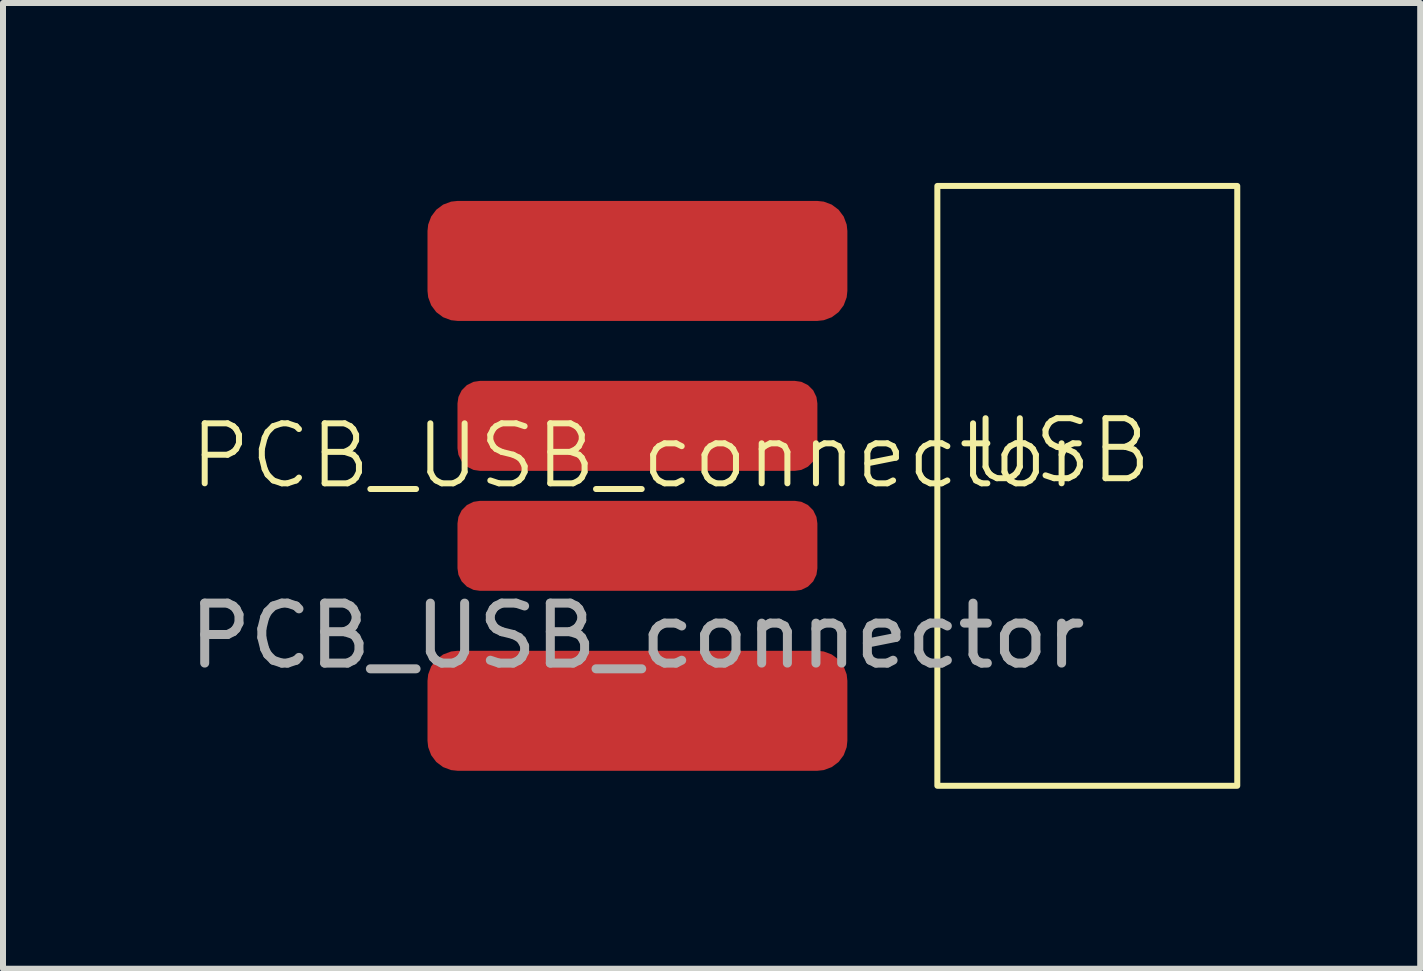
<source format=kicad_pcb>
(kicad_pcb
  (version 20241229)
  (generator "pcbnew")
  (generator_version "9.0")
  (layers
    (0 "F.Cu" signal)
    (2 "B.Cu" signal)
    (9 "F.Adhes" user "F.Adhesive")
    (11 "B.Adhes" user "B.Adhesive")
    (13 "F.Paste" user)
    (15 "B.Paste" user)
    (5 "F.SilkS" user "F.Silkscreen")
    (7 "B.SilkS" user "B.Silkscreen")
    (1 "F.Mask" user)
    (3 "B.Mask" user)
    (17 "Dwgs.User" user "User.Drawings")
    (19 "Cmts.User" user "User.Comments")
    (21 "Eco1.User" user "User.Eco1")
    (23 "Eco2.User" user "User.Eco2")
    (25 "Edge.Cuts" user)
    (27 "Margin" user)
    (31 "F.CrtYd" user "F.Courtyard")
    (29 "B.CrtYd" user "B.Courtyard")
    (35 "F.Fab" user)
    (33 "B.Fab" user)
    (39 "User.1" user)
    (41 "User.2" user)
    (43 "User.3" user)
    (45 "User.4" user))
  (footprint "PCB_USB_connector"
    (layer "F.Cu")
    (at 7.577 5.05)
    (property "Reference" "PCB_USB_connector" (at 0 -0.5 0) (unlocked yes) (layer "F.SilkS") (effects (font (size 1 1) (thickness 0.1))))
    (attr smd)
    (fp_rect (start 5 -5) (end 10 5) (stroke (width 0.1) (type default)) (fill no) (layer "F.SilkS"))
    (fp_text user "USB" (at 5.5 0 0) (unlocked yes) (layer "F.SilkS") (effects (font (size 1 1) (thickness 0.1)) (justify left bottom)))
    (fp_text user "${REFERENCE}" (at 0 2.5 0) (unlocked yes) (layer "F.Fab") (effects (font (size 1 1) (thickness 0.15))))
    (pad "1" smd roundrect (at 0 -3.75) (size 7 2) (layers "F.Cu" "F.Mask" "F.Paste") (roundrect_rratio 0.25))
    (pad "2" smd roundrect (at 0 -1) (size 6 1.5) (layers "F.Cu" "F.Mask" "F.Paste") (roundrect_rratio 0.25))
    (pad "3" smd roundrect (at 0 1) (size 6 1.5) (layers "F.Cu" "F.Mask" "F.Paste") (roundrect_rratio 0.25))
    (pad "4" smd roundrect (at 0 3.75) (size 7 2) (layers "F.Cu" "F.Mask" "F.Paste") (roundrect_rratio 0.25)))
  (gr_rect
    (start -3 -3)
    (end 20.627 13.1)
    (stroke (width 0.1) (type default))
    (fill no)
    (layer "Edge.Cuts")))
</source>
